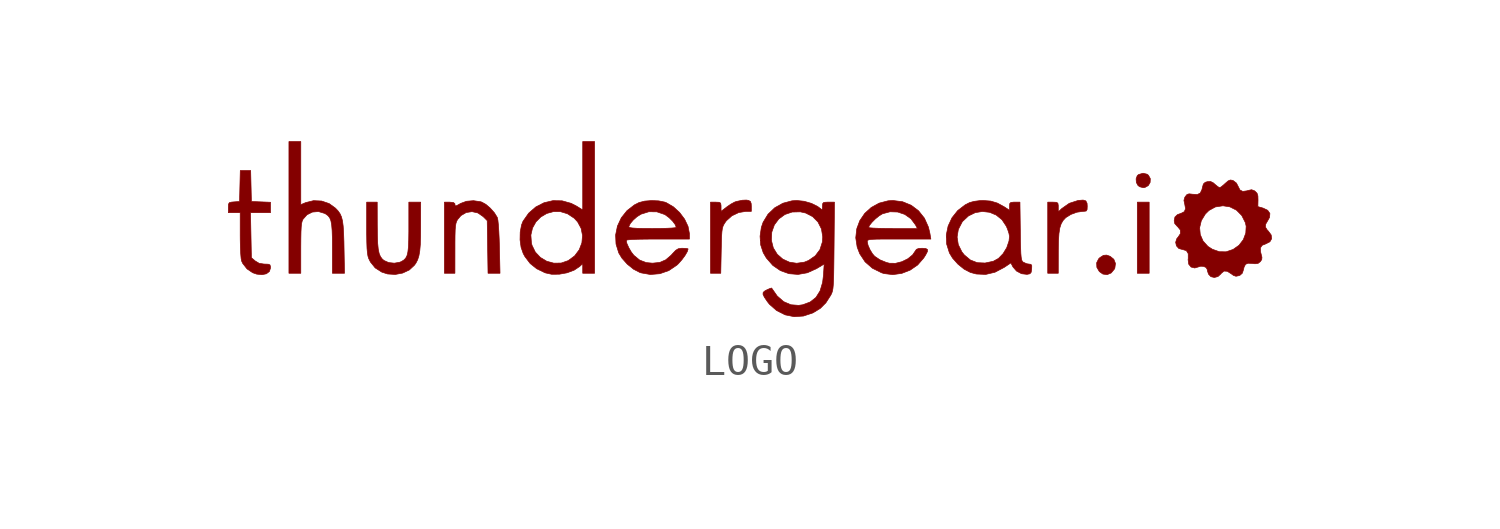
<source format=kicad_sym>
(kicad_symbol_lib
  (version 20210619)
  (generator bitmap2component)
  (symbol "LOGO"
    (pin_names
      (offset 1.016))
    (property "Reference" "#G"
      (at 0 4.36 0)
      (effects (font (size 1.27 1.27)) hide))
    (symbol "LOGO_0_0"
      (polyline (pts (xy 1.718 -2.813) (xy 2.013 -2.715) (xy 2.032 -2.706) (xy 2.259 -2.567) (xy 2.439 -2.386) (xy 2.595 -2.143) (xy 2.611 -2.112) (xy 2.633 -2.062) (xy 2.651 -2.003) (xy 2.665 -1.926) (xy 2.675 -1.823) (xy 2.683 -1.682) (xy 2.689 -1.495) (xy 2.693 -1.253) (xy 2.697 -0.944) (xy 2.701 -0.561) (xy 2.714 0.847) (xy 2.521 0.847) (xy 2.441 0.846) (xy 2.363 0.834) (xy 2.333 0.795) (xy 2.328 0.713) (xy 2.325 0.628) (xy 2.305 0.608) (xy 2.253 0.648) (xy 2.175 0.707) (xy 1.975 0.807) (xy 1.74 0.875) (xy 1.503 0.9) (xy 1.35 0.89) (xy 1.057 0.812) (xy 0.795 0.666) (xy 0.578 0.459) (xy 0.421 0.201) (xy 0.364 0.035) (xy 0.323 -0.248) (xy 0.332 -0.38) (xy 0.687 -0.38) (xy 0.699 -0.118) (xy 0.782 0.116) (xy 0.926 0.308) (xy 1.12 0.45) (xy 1.354 0.529) (xy 1.616 0.536) (xy 1.79 0.497) (xy 2.012 0.382) (xy 2.184 0.208) (xy 2.296 -0.014) (xy 2.337 -0.271) (xy 2.326 -0.432) (xy 2.248 -0.676) (xy 2.099 -0.876) (xy 1.884 -1.026) (xy 1.744 -1.082) (xy 1.499 -1.117) (xy 1.263 -1.081) (xy 1.05 -0.982) (xy 0.874 -0.827) (xy 0.749 -0.624) (xy 0.687 -0.38) (xy 0.332 -0.38) (xy 0.343 -0.528) (xy 0.425 -0.778) (xy 0.525 -0.948) (xy 0.732 -1.185) (xy 0.978 -1.354) (xy 1.252 -1.452) (xy 1.544 -1.476) (xy 1.843 -1.423) (xy 2.139 -1.289) (xy 2.383 -1.142) (xy 2.361 -1.494) (xy 2.333 -1.731) (xy 2.251 -2.005) (xy 2.119 -2.215) (xy 1.933 -2.362) (xy 1.692 -2.451) (xy 1.563 -2.47) (xy 1.311 -2.45) (xy 1.08 -2.35) (xy 0.874 -2.17) (xy 0.695 -1.914) (xy 0.69 -1.913) (xy 0.634 -1.93) (xy 0.538 -1.973) (xy 0.482 -2.002) (xy 0.424 -2.051) (xy 0.417 -2.113) (xy 0.461 -2.207) (xy 0.557 -2.349) (xy 0.624 -2.434) (xy 0.852 -2.635) (xy 1.131 -2.776) (xy 1.134 -2.776) (xy 1.42 -2.834) (xy 1.718 -2.813)) (stroke (width 0.01)) (fill (type outline)))
      (polyline (pts (xy 15.037 -1.544) (xy 15.13 -1.46) (xy 15.147 -1.437) (xy 15.234 -1.368) (xy 15.337 -1.375) (xy 15.468 -1.458) (xy 15.533 -1.506) (xy 15.616 -1.535) (xy 15.71 -1.516) (xy 15.746 -1.502) (xy 15.82 -1.437) (xy 15.859 -1.319) (xy 15.877 -1.24) (xy 15.924 -1.15) (xy 16.008 -1.116) (xy 16.151 -1.125) (xy 16.229 -1.133) (xy 16.326 -1.121) (xy 16.398 -1.066) (xy 16.399 -1.064) (xy 16.444 -0.999) (xy 16.451 -0.926) (xy 16.422 -0.81) (xy 16.407 -0.752) (xy 16.401 -0.623) (xy 16.458 -0.54) (xy 16.585 -0.488) (xy 16.706 -0.427) (xy 16.763 -0.328) (xy 16.748 -0.208) (xy 16.658 -0.085) (xy 16.622 -0.048) (xy 16.563 0.044) (xy 16.571 0.139) (xy 16.643 0.263) (xy 16.696 0.359) (xy 16.706 0.484) (xy 16.636 0.585) (xy 16.489 0.655) (xy 16.32 0.703) (xy 16.325 0.913) (xy 16.321 1.046) (xy 16.294 1.133) (xy 16.233 1.195) (xy 16.204 1.216) (xy 16.117 1.246) (xy 16.008 1.223) (xy 15.967 1.21) (xy 15.834 1.192) (xy 15.745 1.238) (xy 15.685 1.355) (xy 15.631 1.46) (xy 15.522 1.543) (xy 15.514 1.546) (xy 15.436 1.559) (xy 15.365 1.53) (xy 15.27 1.448) (xy 15.227 1.408) (xy 15.143 1.339) (xy 15.092 1.312) (xy 15.085 1.314) (xy 15.024 1.351) (xy 14.939 1.422) (xy 14.89 1.466) (xy 14.8 1.511) (xy 14.695 1.504) (xy 14.628 1.484) (xy 14.569 1.429) (xy 14.538 1.32) (xy 14.524 1.254) (xy 14.469 1.139) (xy 14.375 1.092) (xy 14.225 1.101) (xy 14.111 1.114) (xy 14.044 1.094) (xy 13.99 1.029) (xy 13.969 0.995) (xy 13.944 0.903) (xy 13.969 0.787) (xy 13.97 0.782) (xy 13.996 0.636) (xy 13.957 0.541) (xy 13.851 0.487) (xy 13.736 0.446) (xy 13.655 0.369) (xy 13.631 0.25) (xy 13.649 0.159) (xy 13.737 0.06) (xy 13.747 0.053) (xy 13.767 0.028) (xy 14.449 0.028) (xy 14.503 0.253) (xy 14.632 0.465) (xy 14.75 0.581) (xy 14.955 0.693) (xy 15.198 0.73) (xy 15.42 0.696) (xy 15.633 0.589) (xy 15.803 0.417) (xy 15.918 0.189) (xy 15.944 0.072) (xy 15.932 -0.147) (xy 15.853 -0.358) (xy 15.714 -0.539) (xy 15.526 -0.672) (xy 15.303 -0.748) (xy 15.085 -0.747) (xy 14.858 -0.667) (xy 14.715 -0.575) (xy 14.558 -0.401) (xy 14.469 -0.195) (xy 14.449 0.028) (xy 13.767 0.028) (xy 13.828 -0.047) (xy 13.832 -0.164) (xy 13.758 -0.275) (xy 13.715 -0.326) (xy 13.678 -0.443) (xy 13.703 -0.557) (xy 13.781 -0.643) (xy 13.904 -0.677) (xy 13.909 -0.677) (xy 14.023 -0.712) (xy 14.082 -0.808) (xy 14.083 -0.962) (xy 14.078 -1.001) (xy 14.098 -1.147) (xy 14.174 -1.239) (xy 14.292 -1.269) (xy 14.438 -1.226) (xy 14.474 -1.213) (xy 14.57 -1.216) (xy 14.654 -1.252) (xy 14.69 -1.311) (xy 14.7 -1.364) (xy 14.731 -1.458) (xy 14.736 -1.469) (xy 14.811 -1.548) (xy 14.921 -1.574) (xy 15.037 -1.544)) (stroke (width 0.01)) (fill (type outline)))
      (polyline (pts (xy -15.542 -1.455) (xy -15.445 -1.381) (xy -15.409 -1.268) (xy -15.41 -1.224) (xy -15.427 -1.169) (xy -15.481 -1.147) (xy -15.598 -1.143) (xy -15.616 -1.143) (xy -15.777 -1.118) (xy -15.904 -1.041) (xy -16.023 -0.939) (xy -16.052 0.508) (xy -15.409 0.508) (xy -15.409 0.843) (xy -16.023 0.868) (xy -16.035 1.365) (xy -16.047 1.863) (xy -16.38 1.863) (xy -16.392 1.365) (xy -16.404 0.868) (xy -16.584 0.855) (xy -16.656 0.849) (xy -16.732 0.83) (xy -16.76 0.78) (xy -16.764 0.675) (xy -16.764 0.508) (xy -16.383 0.508) (xy -16.383 -0.209) (xy -16.382 -0.361) (xy -16.377 -0.603) (xy -16.367 -0.809) (xy -16.354 -0.961) (xy -16.338 -1.045) (xy -16.301 -1.124) (xy -16.163 -1.299) (xy -15.981 -1.422) (xy -15.854 -1.466) (xy -15.683 -1.484) (xy -15.542 -1.455)) (stroke (width 0.01)) (fill (type outline)))
      (polyline (pts (xy -11.162 -1.432) (xy -10.948 -1.332) (xy -10.784 -1.179) (xy -10.736 -1.111) (xy -10.681 -1.005) (xy -10.641 -0.88) (xy -10.613 -0.723) (xy -10.595 -0.52) (xy -10.586 -0.259) (xy -10.584 0.074) (xy -10.583 0.847) (xy -10.964 0.847) (xy -10.964 0.04) (xy -10.964 -0.094) (xy -10.968 -0.38) (xy -10.977 -0.597) (xy -10.995 -0.757) (xy -11.023 -0.872) (xy -11.065 -0.953) (xy -11.123 -1.012) (xy -11.198 -1.059) (xy -11.253 -1.083) (xy -11.429 -1.114) (xy -11.612 -1.095) (xy -11.762 -1.028) (xy -11.819 -0.979) (xy -11.876 -0.903) (xy -11.918 -0.802) (xy -11.947 -0.663) (xy -11.965 -0.476) (xy -11.974 -0.227) (xy -11.978 0.095) (xy -11.98 0.847) (xy -12.319 0.847) (xy -12.319 0.02) (xy -12.319 -0.172) (xy -12.315 -0.437) (xy -12.308 -0.636) (xy -12.295 -0.782) (xy -12.278 -0.887) (xy -12.254 -0.964) (xy -12.199 -1.075) (xy -12.046 -1.265) (xy -11.832 -1.402) (xy -11.648 -1.461) (xy -11.402 -1.477) (xy -11.162 -1.432)) (stroke (width 0.01)) (fill (type outline)))
      (polyline (pts (xy -6.13 -1.469) (xy -5.879 -1.424) (xy -5.652 -1.339) (xy -5.476 -1.222) (xy -5.376 -1.128) (xy -5.376 -1.439) (xy -4.995 -1.439) (xy -4.995 2.794) (xy -5.376 2.794) (xy -5.376 0.596) (xy -5.577 0.721) (xy -5.749 0.809) (xy -6.04 0.89) (xy -6.334 0.895) (xy -6.619 0.828) (xy -6.883 0.693) (xy -7.112 0.494) (xy -7.295 0.233) (xy -7.343 0.111) (xy -7.385 -0.115) (xy -7.387 -0.21) (xy -7.042 -0.21) (xy -6.989 0.017) (xy -6.879 0.213) (xy -6.724 0.37) (xy -6.533 0.483) (xy -6.319 0.542) (xy -6.093 0.542) (xy -5.867 0.474) (xy -5.651 0.332) (xy -5.541 0.214) (xy -5.427 0.003) (xy -5.382 -0.227) (xy -5.403 -0.461) (xy -5.488 -0.683) (xy -5.635 -0.879) (xy -5.842 -1.032) (xy -6.068 -1.11) (xy -6.304 -1.114) (xy -6.533 -1.052) (xy -6.737 -0.93) (xy -6.9 -0.757) (xy -7.006 -0.539) (xy -7.025 -0.461) (xy -7.042 -0.21) (xy -7.387 -0.21) (xy -7.39 -0.364) (xy -7.357 -0.605) (xy -7.288 -0.804) (xy -7.231 -0.907) (xy -7.064 -1.126) (xy -6.855 -1.293) (xy -6.583 -1.425) (xy -6.374 -1.471) (xy -6.13 -1.469)) (stroke (width 0.01)) (fill (type outline)))
      (polyline (pts (xy -2.898 -1.453) (xy -2.609 -1.352) (xy -2.35 -1.177) (xy -2.3 -1.13) (xy -2.189 -1.004) (xy -2.089 -0.868) (xy -2.017 -0.745) (xy -1.99 -0.658) (xy -1.995 -0.652) (xy -2.057 -0.64) (xy -2.166 -0.635) (xy -2.203 -0.635) (xy -2.306 -0.651) (xy -2.389 -0.702) (xy -2.487 -0.805) (xy -2.534 -0.858) (xy -2.71 -1.008) (xy -2.901 -1.09) (xy -3.133 -1.114) (xy -3.34 -1.095) (xy -3.548 -1.014) (xy -3.734 -0.861) (xy -3.815 -0.756) (xy -3.895 -0.618) (xy -3.956 -0.483) (xy -3.979 -0.382) (xy -3.941 -0.367) (xy -3.819 -0.355) (xy -3.615 -0.346) (xy -3.329 -0.341) (xy -2.963 -0.339) (xy -1.947 -0.339) (xy -1.947 -0.176) (xy -1.948 -0.159) (xy -1.992 0.069) (xy -2.102 0.3) (xy -2.265 0.517) (xy -2.467 0.7) (xy -2.695 0.832) (xy -2.738 0.848) (xy -2.935 0.888) (xy -3.164 0.898) (xy -3.388 0.88) (xy -3.57 0.832) (xy -3.714 0.759) (xy -3.952 0.575) (xy -4.136 0.344) (xy -4.26 0.078) (xy -4.266 0.049) (xy -3.895 0.049) (xy -3.893 0.064) (xy -3.848 0.16) (xy -3.753 0.272) (xy -3.631 0.38) (xy -3.501 0.461) (xy -3.251 0.539) (xy -2.994 0.536) (xy -2.748 0.452) (xy -2.722 0.438) (xy -2.599 0.347) (xy -2.486 0.235) (xy -2.403 0.124) (xy -2.371 0.036) (xy -2.405 0.025) (xy -2.512 0.015) (xy -2.678 0.007) (xy -2.889 0.002) (xy -3.133 0) (xy -3.395 0.001) (xy -3.623 0.006) (xy -3.778 0.016) (xy -3.867 0.03) (xy -3.895 0.049) (xy -4.266 0.049) (xy -4.319 -0.208) (xy -4.306 -0.5) (xy -4.218 -0.785) (xy -4.117 -0.952) (xy -3.945 -1.145) (xy -3.745 -1.307) (xy -3.542 -1.412) (xy -3.506 -1.425) (xy -3.203 -1.478) (xy -2.898 -1.453)) (stroke (width 0.01)) (fill (type outline)))
      (polyline (pts (xy 4.874 -1.443) (xy 5.146 -1.338) (xy 5.387 -1.172) (xy 5.58 -0.951) (xy 5.642 -0.854) (xy 5.701 -0.741) (xy 5.703 -0.674) (xy 5.647 -0.643) (xy 5.531 -0.635) (xy 5.421 -0.641) (xy 5.347 -0.67) (xy 5.301 -0.737) (xy 5.225 -0.848) (xy 5.071 -0.973) (xy 4.88 -1.067) (xy 4.675 -1.119) (xy 4.482 -1.116) (xy 4.385 -1.092) (xy 4.176 -1.007) (xy 4.007 -0.894) (xy 3.935 -0.812) (xy 3.854 -0.678) (xy 3.792 -0.537) (xy 3.768 -0.425) (xy 3.768 -0.415) (xy 3.773 -0.391) (xy 3.794 -0.372) (xy 3.839 -0.358) (xy 3.919 -0.349) (xy 4.045 -0.343) (xy 4.225 -0.34) (xy 4.47 -0.339) (xy 4.789 -0.339) (xy 5.811 -0.339) (xy 5.782 -0.161) (xy 5.734 0.043) (xy 5.605 0.331) (xy 5.417 0.568) (xy 5.18 0.747) (xy 4.903 0.86) (xy 4.593 0.9) (xy 4.437 0.89) (xy 4.149 0.815) (xy 3.896 0.676) (xy 3.686 0.485) (xy 3.527 0.251) (xy 3.446 0.033) (xy 3.81 0.033) (xy 3.84 0.102) (xy 3.92 0.201) (xy 4.028 0.309) (xy 4.146 0.405) (xy 4.252 0.47) (xy 4.257 0.473) (xy 4.5 0.538) (xy 4.744 0.53) (xy 4.974 0.453) (xy 5.171 0.313) (xy 5.318 0.116) (xy 5.378 0) (xy 4.594 0) (xy 4.347 0.002) (xy 4.132 0.006) (xy 3.962 0.013) (xy 3.85 0.022) (xy 3.81 0.033) (xy 3.446 0.033) (xy 3.429 -0.015) (xy 3.398 -0.3) (xy 3.443 -0.596) (xy 3.525 -0.81) (xy 3.698 -1.071) (xy 3.933 -1.277) (xy 4.228 -1.423) (xy 4.306 -1.448) (xy 4.588 -1.482) (xy 4.874 -1.443)) (stroke (width 0.01)) (fill (type outline)))
      (polyline (pts (xy 7.873 -1.405) (xy 8.168 -1.25) (xy 8.383 -1.106) (xy 8.447 -1.23) (xy 8.449 -1.234) (xy 8.564 -1.367) (xy 8.726 -1.453) (xy 8.903 -1.474) (xy 8.905 -1.473) (xy 8.994 -1.455) (xy 9.035 -1.407) (xy 9.051 -1.302) (xy 9.051 -1.3) (xy 9.054 -1.197) (xy 9.029 -1.152) (xy 8.964 -1.143) (xy 8.891 -1.132) (xy 8.782 -1.083) (xy 8.767 -1.071) (xy 8.743 -1.041) (xy 8.726 -0.993) (xy 8.713 -0.915) (xy 8.703 -0.796) (xy 8.697 -0.626) (xy 8.691 -0.394) (xy 8.687 -0.088) (xy 8.674 0.847) (xy 8.507 0.847) (xy 8.471 0.847) (xy 8.382 0.837) (xy 8.346 0.8) (xy 8.34 0.716) (xy 8.34 0.584) (xy 8.202 0.676) (xy 8.171 0.696) (xy 7.949 0.817) (xy 7.736 0.881) (xy 7.493 0.9) (xy 7.386 0.896) (xy 7.2 0.872) (xy 7.055 0.832) (xy 6.912 0.759) (xy 6.673 0.575) (xy 6.49 0.344) (xy 6.366 0.078) (xy 6.307 -0.208) (xy 6.31 -0.274) (xy 6.655 -0.274) (xy 6.695 -0.029) (xy 6.814 0.203) (xy 6.837 0.233) (xy 7.02 0.404) (xy 7.235 0.509) (xy 7.465 0.547) (xy 7.696 0.521) (xy 7.912 0.432) (xy 8.097 0.282) (xy 8.237 0.071) (xy 8.276 -0.021) (xy 8.321 -0.157) (xy 8.339 -0.254) (xy 8.323 -0.401) (xy 8.251 -0.614) (xy 8.133 -0.808) (xy 7.984 -0.962) (xy 7.818 -1.053) (xy 7.554 -1.109) (xy 7.301 -1.098) (xy 7.081 -1.012) (xy 6.887 -0.85) (xy 6.809 -0.752) (xy 6.693 -0.519) (xy 6.655 -0.274) (xy 6.31 -0.274) (xy 6.319 -0.5) (xy 6.408 -0.785) (xy 6.509 -0.952) (xy 6.681 -1.145) (xy 6.881 -1.307) (xy 7.083 -1.412) (xy 7.27 -1.462) (xy 7.573 -1.476) (xy 7.873 -1.405)) (stroke (width 0.01)) (fill (type outline)))
      (polyline (pts (xy 11.607 -1.428) (xy 11.71 -1.303) (xy 11.724 -1.272) (xy 11.744 -1.123) (xy 11.691 -0.989) (xy 11.573 -0.894) (xy 11.458 -0.854) (xy 11.357 -0.863) (xy 11.245 -0.934) (xy 11.204 -0.973) (xy 11.139 -1.103) (xy 11.146 -1.248) (xy 11.226 -1.384) (xy 11.339 -1.464) (xy 11.477 -1.483) (xy 11.607 -1.428)) (stroke (width 0.01)) (fill (type outline)))
      (polyline (pts (xy -14.436 -0.614) (xy -14.434 -0.325) (xy -14.43 -0.107) (xy -14.422 0.051) (xy -14.41 0.162) (xy -14.391 0.239) (xy -14.366 0.295) (xy -14.236 0.442) (xy -14.063 0.528) (xy -13.868 0.545) (xy -13.672 0.486) (xy -13.635 0.466) (xy -13.562 0.413) (xy -13.508 0.345) (xy -13.469 0.25) (xy -13.444 0.116) (xy -13.429 -0.068) (xy -13.421 -0.314) (xy -13.42 -0.633) (xy -13.42 -1.439) (xy -13.031 -1.439) (xy -13.047 -0.603) (xy -13.05 -0.428) (xy -13.06 -0.143) (xy -13.074 0.077) (xy -13.096 0.245) (xy -13.129 0.373) (xy -13.175 0.475) (xy -13.237 0.564) (xy -13.319 0.651) (xy -13.319 0.652) (xy -13.525 0.801) (xy -13.767 0.883) (xy -14.025 0.895) (xy -14.277 0.833) (xy -14.436 0.766) (xy -14.436 2.794) (xy -14.817 2.794) (xy -14.817 -1.439) (xy -14.436 -1.439) (xy -14.436 -0.614)) (stroke (width 0.01)) (fill (type outline)))
      (polyline (pts (xy -9.482 -0.646) (xy -9.482 -0.462) (xy -9.48 -0.225) (xy -9.475 -0.05) (xy -9.465 0.075) (xy -9.45 0.163) (xy -9.429 0.228) (xy -9.4 0.284) (xy -9.289 0.415) (xy -9.121 0.513) (xy -8.934 0.542) (xy -8.746 0.5) (xy -8.576 0.383) (xy -8.445 0.253) (xy -8.432 -0.593) (xy -8.419 -1.439) (xy -8.034 -1.439) (xy -8.053 -0.603) (xy -8.06 -0.35) (xy -8.072 -0.095) (xy -8.086 0.115) (xy -8.102 0.267) (xy -8.119 0.347) (xy -8.122 0.356) (xy -8.213 0.503) (xy -8.344 0.652) (xy -8.489 0.776) (xy -8.624 0.85) (xy -8.662 0.861) (xy -8.888 0.894) (xy -9.112 0.875) (xy -9.299 0.806) (xy -9.383 0.758) (xy -9.45 0.726) (xy -9.478 0.736) (xy -9.483 0.783) (xy -9.486 0.801) (xy -9.534 0.836) (xy -9.652 0.847) (xy -9.821 0.847) (xy -9.821 -1.439) (xy -9.483 -1.439) (xy -9.482 -0.646)) (stroke (width 0.01)) (fill (type outline)))
      (polyline (pts (xy -0.925 -0.706) (xy -0.919 -0.443) (xy -0.913 -0.246) (xy -0.903 -0.104) (xy -0.889 -0.003) (xy -0.868 0.071) (xy -0.838 0.134) (xy -0.796 0.199) (xy -0.76 0.249) (xy -0.584 0.407) (xy -0.367 0.512) (xy -0.135 0.55) (xy 0.042 0.55) (xy 0.042 0.715) (xy 0.038 0.799) (xy 0.012 0.871) (xy -0.052 0.904) (xy -0.12 0.914) (xy -0.242 0.909) (xy -0.316 0.894) (xy -0.441 0.868) (xy -0.496 0.848) (xy -0.612 0.785) (xy -0.738 0.699) (xy -0.931 0.551) (xy -0.931 0.699) (xy -0.932 0.742) (xy -0.944 0.815) (xy -0.992 0.842) (xy -1.101 0.847) (xy -1.27 0.847) (xy -1.27 -1.439) (xy -0.94 -1.439) (xy -0.925 -0.706)) (stroke (width 0.01)) (fill (type outline)))
      (polyline (pts (xy 9.907 -0.751) (xy 9.907 -0.697) (xy 9.913 -0.393) (xy 9.928 -0.159) (xy 9.956 0.019) (xy 10 0.154) (xy 10.062 0.259) (xy 10.145 0.348) (xy 10.15 0.352) (xy 10.308 0.451) (xy 10.502 0.523) (xy 10.688 0.55) (xy 10.727 0.551) (xy 10.803 0.562) (xy 10.832 0.609) (xy 10.837 0.715) (xy 10.831 0.81) (xy 10.792 0.887) (xy 10.705 0.914) (xy 10.554 0.902) (xy 10.533 0.898) (xy 10.259 0.809) (xy 10.022 0.643) (xy 9.906 0.534) (xy 9.906 0.691) (xy 9.906 0.74) (xy 9.893 0.814) (xy 9.845 0.842) (xy 9.737 0.847) (xy 9.567 0.847) (xy 9.567 -1.439) (xy 9.906 -1.439) (xy 9.907 -0.751)) (stroke (width 0.01)) (fill (type outline)))
      (polyline (pts (xy 12.827 0.847) (xy 12.446 0.847) (xy 12.446 -1.439) (xy 12.827 -1.439) (xy 12.827 0.847)) (stroke (width 0.01)) (fill (type outline)))
      (polyline (pts (xy 12.69 1.319) (xy 12.797 1.378) (xy 12.858 1.481) (xy 12.864 1.601) (xy 12.803 1.712) (xy 12.759 1.745) (xy 12.631 1.776) (xy 12.486 1.734) (xy 12.445 1.699) (xy 12.407 1.598) (xy 12.415 1.479) (xy 12.47 1.379) (xy 12.528 1.34) (xy 12.636 1.312) (xy 12.69 1.319)) (stroke (width 0.01)) (fill (type outline))))))
</source>
